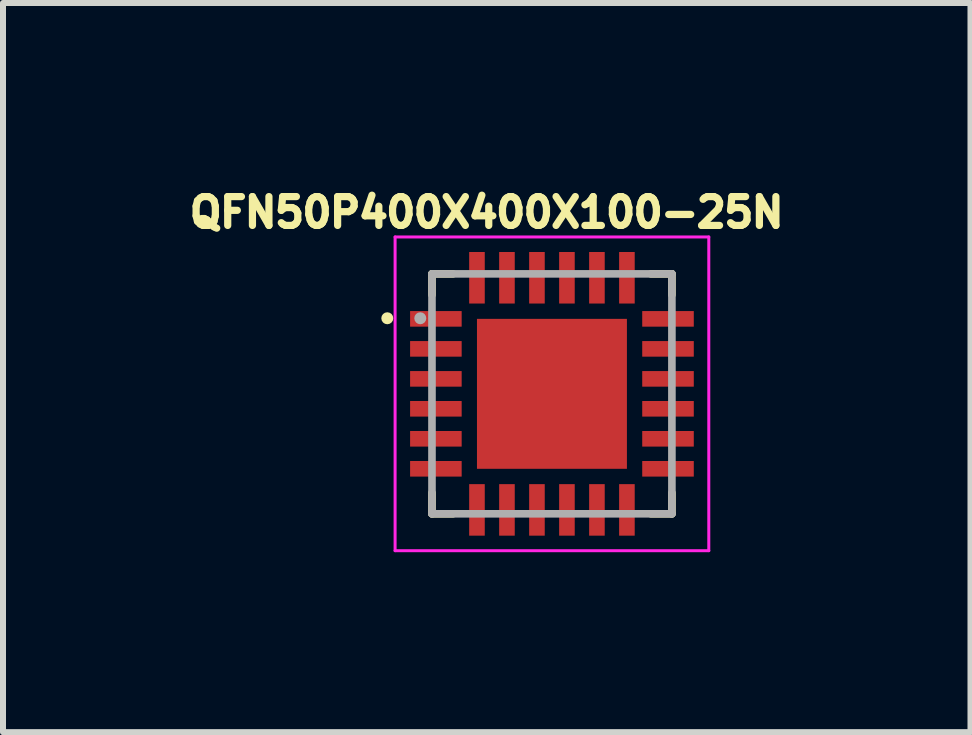
<source format=kicad_pcb>
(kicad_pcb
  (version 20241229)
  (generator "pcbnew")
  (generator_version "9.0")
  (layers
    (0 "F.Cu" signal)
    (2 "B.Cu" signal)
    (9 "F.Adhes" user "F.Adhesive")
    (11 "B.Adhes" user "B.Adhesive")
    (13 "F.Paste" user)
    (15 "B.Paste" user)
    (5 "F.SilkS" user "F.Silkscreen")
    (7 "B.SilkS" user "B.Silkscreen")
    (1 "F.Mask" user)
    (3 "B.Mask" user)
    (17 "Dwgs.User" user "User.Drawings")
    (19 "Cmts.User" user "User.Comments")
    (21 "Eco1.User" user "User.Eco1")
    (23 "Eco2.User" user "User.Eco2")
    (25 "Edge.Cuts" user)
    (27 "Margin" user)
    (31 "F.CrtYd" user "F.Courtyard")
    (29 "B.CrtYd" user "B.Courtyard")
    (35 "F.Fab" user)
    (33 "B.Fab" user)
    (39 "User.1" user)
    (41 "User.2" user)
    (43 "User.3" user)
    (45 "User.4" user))
  (footprint "QFN50P400X400X100-25N"
    (layer "F.Cu")
    (at 6.152 3.516)
    (property "Reference" "QFN50P400X400X100-25N" (at -1.088 -3.024 0) (layer "F.SilkS") (effects (font (size 0.481 0.481) (thickness 0.15))))
    (attr smd)
    (fp_line (start -2 -2) (end -2 -1.65) (stroke (width 0.127) (type solid)) (layer "F.SilkS"))
    (fp_line (start -2 -2) (end -1.65 -2) (stroke (width 0.127) (type solid)) (layer "F.SilkS"))
    (fp_line (start -2 2) (end -2 1.65) (stroke (width 0.127) (type solid)) (layer "F.SilkS"))
    (fp_line (start -2 2) (end -1.65 2) (stroke (width 0.127) (type solid)) (layer "F.SilkS"))
    (fp_line (start 2 -2) (end 1.65 -2) (stroke (width 0.127) (type solid)) (layer "F.SilkS"))
    (fp_line (start 2 -2) (end 2 -1.65) (stroke (width 0.127) (type solid)) (layer "F.SilkS"))
    (fp_line (start 2 2) (end 1.65 2) (stroke (width 0.127) (type solid)) (layer "F.SilkS"))
    (fp_line (start 2 2) (end 2 1.65) (stroke (width 0.127) (type solid)) (layer "F.SilkS"))
    (fp_circle (center -2.745 -1.26) (end -2.695 -1.26) (stroke (width 0.1) (type solid)) (fill no) (layer "F.SilkS"))
    (fp_poly (pts (xy -1.092 0.17) (xy -0.17 0.17) (xy -0.17 1.092) (xy -1.092 1.092)) (stroke (width 0.01) (type solid)) (fill yes) (layer "F.Paste"))
    (fp_poly (pts (xy -1.091 -1.09) (xy -0.17 -1.09) (xy -0.17 -0.17) (xy -1.091 -0.17)) (stroke (width 0.01) (type solid)) (fill yes) (layer "F.Paste"))
    (fp_poly (pts (xy 0.17 0.17) (xy 1.09 0.17) (xy 1.09 1.09) (xy 0.17 1.09)) (stroke (width 0.01) (type solid)) (fill yes) (layer "F.Paste"))
    (fp_poly (pts (xy 0.17 -1.09) (xy 1.09 -1.09) (xy 1.09 -0.17) (xy 0.17 -0.17)) (stroke (width 0.01) (type solid)) (fill yes) (layer "F.Paste"))
    (fp_line (start -2.615 -2.615) (end 2.615 -2.615) (stroke (width 0.05) (type solid)) (layer "F.CrtYd"))
    (fp_line (start -2.615 2.615) (end -2.615 -2.615) (stroke (width 0.05) (type solid)) (layer "F.CrtYd"))
    (fp_line (start -2.615 2.615) (end 2.615 2.615) (stroke (width 0.05) (type solid)) (layer "F.CrtYd"))
    (fp_line (start 2.615 2.615) (end 2.615 -2.615) (stroke (width 0.05) (type solid)) (layer "F.CrtYd"))
    (fp_line (start -2 2) (end -2 -2) (stroke (width 0.127) (type solid)) (layer "F.Fab"))
    (fp_line (start 2 -2) (end -2 -2) (stroke (width 0.127) (type solid)) (layer "F.Fab"))
    (fp_line (start 2 2) (end -2 2) (stroke (width 0.127) (type solid)) (layer "F.Fab"))
    (fp_line (start 2 2) (end 2 -2) (stroke (width 0.127) (type solid)) (layer "F.Fab"))
    (fp_circle (center -2.195 -1.26) (end -2.145 -1.26) (stroke (width 0.1) (type solid)) (fill no) (layer "F.Fab"))
    (pad "1" smd roundrect (at -1.935 -1.25) (size 0.86 0.26) (layers "F.Cu" "F.Mask" "F.Paste") (roundrect_rratio 0.01))
    (pad "2" smd roundrect (at -1.935 -0.75) (size 0.86 0.26) (layers "F.Cu" "F.Mask" "F.Paste") (roundrect_rratio 0.01))
    (pad "3" smd roundrect (at -1.935 -0.25) (size 0.86 0.26) (layers "F.Cu" "F.Mask" "F.Paste") (roundrect_rratio 0.01))
    (pad "4" smd roundrect (at -1.935 0.25) (size 0.86 0.26) (layers "F.Cu" "F.Mask" "F.Paste") (roundrect_rratio 0.01))
    (pad "5" smd roundrect (at -1.935 0.75) (size 0.86 0.26) (layers "F.Cu" "F.Mask" "F.Paste") (roundrect_rratio 0.01))
    (pad "6" smd roundrect (at -1.935 1.25) (size 0.86 0.26) (layers "F.Cu" "F.Mask" "F.Paste") (roundrect_rratio 0.01))
    (pad "7" smd roundrect (at -1.25 1.935 90) (size 0.86 0.26) (layers "F.Cu" "F.Mask" "F.Paste") (roundrect_rratio 0.01))
    (pad "8" smd roundrect (at -0.75 1.935 90) (size 0.86 0.26) (layers "F.Cu" "F.Mask" "F.Paste") (roundrect_rratio 0.01))
    (pad "9" smd roundrect (at -0.25 1.935 90) (size 0.86 0.26) (layers "F.Cu" "F.Mask" "F.Paste") (roundrect_rratio 0.01))
    (pad "10" smd roundrect (at 0.25 1.935 90) (size 0.86 0.26) (layers "F.Cu" "F.Mask" "F.Paste") (roundrect_rratio 0.01))
    (pad "11" smd roundrect (at 0.75 1.935 90) (size 0.86 0.26) (layers "F.Cu" "F.Mask" "F.Paste") (roundrect_rratio 0.01))
    (pad "12" smd roundrect (at 1.25 1.935 90) (size 0.86 0.26) (layers "F.Cu" "F.Mask" "F.Paste") (roundrect_rratio 0.01))
    (pad "13" smd roundrect (at 1.935 1.25) (size 0.86 0.26) (layers "F.Cu" "F.Mask" "F.Paste") (roundrect_rratio 0.01))
    (pad "14" smd roundrect (at 1.935 0.75) (size 0.86 0.26) (layers "F.Cu" "F.Mask" "F.Paste") (roundrect_rratio 0.01))
    (pad "15" smd roundrect (at 1.935 0.25) (size 0.86 0.26) (layers "F.Cu" "F.Mask" "F.Paste") (roundrect_rratio 0.01))
    (pad "16" smd roundrect (at 1.935 -0.25) (size 0.86 0.26) (layers "F.Cu" "F.Mask" "F.Paste") (roundrect_rratio 0.01))
    (pad "17" smd roundrect (at 1.935 -0.75) (size 0.86 0.26) (layers "F.Cu" "F.Mask" "F.Paste") (roundrect_rratio 0.01))
    (pad "18" smd roundrect (at 1.935 -1.25) (size 0.86 0.26) (layers "F.Cu" "F.Mask" "F.Paste") (roundrect_rratio 0.01))
    (pad "19" smd roundrect (at 1.25 -1.935 90) (size 0.86 0.26) (layers "F.Cu" "F.Mask" "F.Paste") (roundrect_rratio 0.01))
    (pad "20" smd roundrect (at 0.75 -1.935 90) (size 0.86 0.26) (layers "F.Cu" "F.Mask" "F.Paste") (roundrect_rratio 0.01))
    (pad "21" smd roundrect (at 0.25 -1.935 90) (size 0.86 0.26) (layers "F.Cu" "F.Mask" "F.Paste") (roundrect_rratio 0.01))
    (pad "22" smd roundrect (at -0.25 -1.935 90) (size 0.86 0.26) (layers "F.Cu" "F.Mask" "F.Paste") (roundrect_rratio 0.01))
    (pad "23" smd roundrect (at -0.75 -1.935 90) (size 0.86 0.26) (layers "F.Cu" "F.Mask" "F.Paste") (roundrect_rratio 0.01))
    (pad "24" smd roundrect (at -1.25 -1.935 90) (size 0.86 0.26) (layers "F.Cu" "F.Mask" "F.Paste") (roundrect_rratio 0.01))
    (pad "25" smd rect (at 0 0) (size 2.5 2.5) (layers "F.Cu" "F.Mask")))
  (gr_rect
    (start -3 -3)
    (end 13.13 9.156)
    (stroke (width 0.1) (type default))
    (fill no)
    (layer "Edge.Cuts")))
</source>
